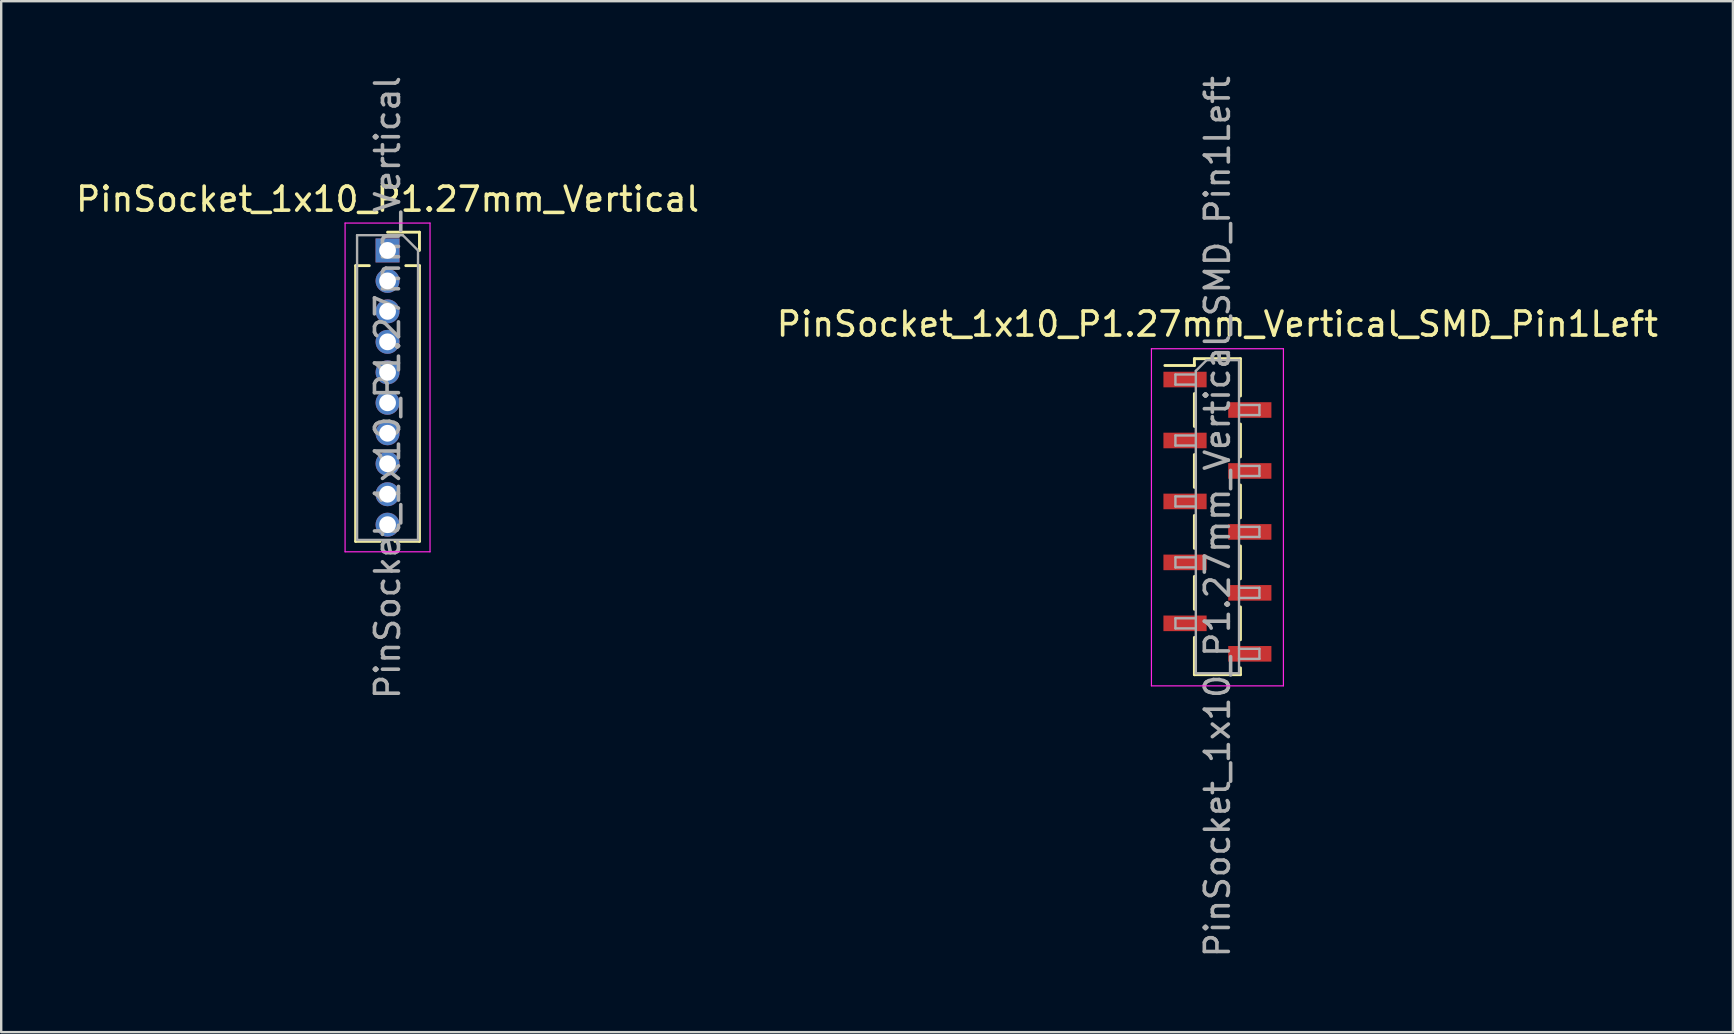
<source format=kicad_pcb>
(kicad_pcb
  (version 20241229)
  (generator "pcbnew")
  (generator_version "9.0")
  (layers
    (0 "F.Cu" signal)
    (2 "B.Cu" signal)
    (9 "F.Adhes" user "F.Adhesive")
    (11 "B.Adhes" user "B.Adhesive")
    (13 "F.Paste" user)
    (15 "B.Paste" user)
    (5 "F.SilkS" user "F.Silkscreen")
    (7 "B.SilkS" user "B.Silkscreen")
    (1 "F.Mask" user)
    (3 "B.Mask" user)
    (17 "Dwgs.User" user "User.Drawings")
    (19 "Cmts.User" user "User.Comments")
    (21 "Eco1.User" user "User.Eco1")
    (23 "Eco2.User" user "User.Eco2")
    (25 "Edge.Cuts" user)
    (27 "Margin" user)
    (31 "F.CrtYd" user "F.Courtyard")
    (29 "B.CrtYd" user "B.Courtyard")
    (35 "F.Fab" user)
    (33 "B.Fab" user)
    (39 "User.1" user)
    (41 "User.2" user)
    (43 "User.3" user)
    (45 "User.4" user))
  (footprint "PinSocket_1x10_P1.27mm_Vertical_SMD_Pin1Left"
    (layer "F.Cu")
    (at 47.685 18.482)
    (property "Reference" "PinSocket_1x10_P1.27mm_Vertical_SMD_Pin1Left" (at 0 -8.025 0) (layer "F.SilkS") (effects (font (size 1 1) (thickness 0.15))))
    (attr smd)
    (fp_line (start -2.19 -6.3) (end -0.96 -6.3) (stroke (width 0.12) (type solid)) (layer "F.SilkS"))
    (fp_line (start -0.96 -6.585) (end -0.96 -6.3) (stroke (width 0.12) (type solid)) (layer "F.SilkS"))
    (fp_line (start -0.96 -6.585) (end 0.96 -6.585) (stroke (width 0.12) (type solid)) (layer "F.SilkS"))
    (fp_line (start -0.96 -5.13) (end -0.96 -3.76) (stroke (width 0.12) (type solid)) (layer "F.SilkS"))
    (fp_line (start -0.96 -2.59) (end -0.96 -1.22) (stroke (width 0.12) (type solid)) (layer "F.SilkS"))
    (fp_line (start -0.96 -0.05) (end -0.96 1.32) (stroke (width 0.12) (type solid)) (layer "F.SilkS"))
    (fp_line (start -0.96 2.49) (end -0.96 3.86) (stroke (width 0.12) (type solid)) (layer "F.SilkS"))
    (fp_line (start -0.96 5.03) (end -0.96 6.585) (stroke (width 0.12) (type solid)) (layer "F.SilkS"))
    (fp_line (start -0.96 6.585) (end 0.96 6.585) (stroke (width 0.12) (type solid)) (layer "F.SilkS"))
    (fp_line (start 0.96 -6.585) (end 0.96 -5.03) (stroke (width 0.12) (type solid)) (layer "F.SilkS"))
    (fp_line (start 0.96 -3.86) (end 0.96 -2.49) (stroke (width 0.12) (type solid)) (layer "F.SilkS"))
    (fp_line (start 0.96 -1.32) (end 0.96 0.05) (stroke (width 0.12) (type solid)) (layer "F.SilkS"))
    (fp_line (start 0.96 1.22) (end 0.96 2.59) (stroke (width 0.12) (type solid)) (layer "F.SilkS"))
    (fp_line (start 0.96 3.76) (end 0.96 5.13) (stroke (width 0.12) (type solid)) (layer "F.SilkS"))
    (fp_line (start 0.96 6.3) (end 0.96 6.585) (stroke (width 0.12) (type solid)) (layer "F.SilkS"))
    (fp_line (start -2.75 -7) (end 2.75 -7) (stroke (width 0.05) (type solid)) (layer "F.CrtYd"))
    (fp_line (start -2.75 7.05) (end -2.75 -7) (stroke (width 0.05) (type solid)) (layer "F.CrtYd"))
    (fp_line (start 2.75 -7) (end 2.75 7.05) (stroke (width 0.05) (type solid)) (layer "F.CrtYd"))
    (fp_line (start 2.75 7.05) (end -2.75 7.05) (stroke (width 0.05) (type solid)) (layer "F.CrtYd"))
    (fp_line (start -1.75 -5.925) (end -0.9 -5.925) (stroke (width 0.1) (type solid)) (layer "F.Fab"))
    (fp_line (start -1.75 -5.505) (end -1.75 -5.925) (stroke (width 0.1) (type solid)) (layer "F.Fab"))
    (fp_line (start -1.75 -3.385) (end -0.9 -3.385) (stroke (width 0.1) (type solid)) (layer "F.Fab"))
    (fp_line (start -1.75 -2.965) (end -1.75 -3.385) (stroke (width 0.1) (type solid)) (layer "F.Fab"))
    (fp_line (start -1.75 -0.845) (end -0.9 -0.845) (stroke (width 0.1) (type solid)) (layer "F.Fab"))
    (fp_line (start -1.75 -0.425) (end -1.75 -0.845) (stroke (width 0.1) (type solid)) (layer "F.Fab"))
    (fp_line (start -1.75 1.695) (end -0.9 1.695) (stroke (width 0.1) (type solid)) (layer "F.Fab"))
    (fp_line (start -1.75 2.115) (end -1.75 1.695) (stroke (width 0.1) (type solid)) (layer "F.Fab"))
    (fp_line (start -1.75 4.235) (end -0.9 4.235) (stroke (width 0.1) (type solid)) (layer "F.Fab"))
    (fp_line (start -1.75 4.655) (end -1.75 4.235) (stroke (width 0.1) (type solid)) (layer "F.Fab"))
    (fp_line (start -0.9 -6.075) (end -0.45 -6.525) (stroke (width 0.1) (type solid)) (layer "F.Fab"))
    (fp_line (start -0.9 -5.505) (end -1.75 -5.505) (stroke (width 0.1) (type solid)) (layer "F.Fab"))
    (fp_line (start -0.9 -2.965) (end -1.75 -2.965) (stroke (width 0.1) (type solid)) (layer "F.Fab"))
    (fp_line (start -0.9 -0.425) (end -1.75 -0.425) (stroke (width 0.1) (type solid)) (layer "F.Fab"))
    (fp_line (start -0.9 2.115) (end -1.75 2.115) (stroke (width 0.1) (type solid)) (layer "F.Fab"))
    (fp_line (start -0.9 4.655) (end -1.75 4.655) (stroke (width 0.1) (type solid)) (layer "F.Fab"))
    (fp_line (start -0.9 6.525) (end -0.9 -6.075) (stroke (width 0.1) (type solid)) (layer "F.Fab"))
    (fp_line (start -0.45 -6.525) (end 0.9 -6.525) (stroke (width 0.1) (type solid)) (layer "F.Fab"))
    (fp_line (start 0.9 -6.525) (end 0.9 6.525) (stroke (width 0.1) (type solid)) (layer "F.Fab"))
    (fp_line (start 0.9 -4.655) (end 1.75 -4.655) (stroke (width 0.1) (type solid)) (layer "F.Fab"))
    (fp_line (start 0.9 -2.115) (end 1.75 -2.115) (stroke (width 0.1) (type solid)) (layer "F.Fab"))
    (fp_line (start 0.9 0.425) (end 1.75 0.425) (stroke (width 0.1) (type solid)) (layer "F.Fab"))
    (fp_line (start 0.9 2.965) (end 1.75 2.965) (stroke (width 0.1) (type solid)) (layer "F.Fab"))
    (fp_line (start 0.9 5.505) (end 1.75 5.505) (stroke (width 0.1) (type solid)) (layer "F.Fab"))
    (fp_line (start 0.9 6.525) (end -0.9 6.525) (stroke (width 0.1) (type solid)) (layer "F.Fab"))
    (fp_line (start 1.75 -4.655) (end 1.75 -4.235) (stroke (width 0.1) (type solid)) (layer "F.Fab"))
    (fp_line (start 1.75 -4.235) (end 0.9 -4.235) (stroke (width 0.1) (type solid)) (layer "F.Fab"))
    (fp_line (start 1.75 -2.115) (end 1.75 -1.695) (stroke (width 0.1) (type solid)) (layer "F.Fab"))
    (fp_line (start 1.75 -1.695) (end 0.9 -1.695) (stroke (width 0.1) (type solid)) (layer "F.Fab"))
    (fp_line (start 1.75 0.425) (end 1.75 0.845) (stroke (width 0.1) (type solid)) (layer "F.Fab"))
    (fp_line (start 1.75 0.845) (end 0.9 0.845) (stroke (width 0.1) (type solid)) (layer "F.Fab"))
    (fp_line (start 1.75 2.965) (end 1.75 3.385) (stroke (width 0.1) (type solid)) (layer "F.Fab"))
    (fp_line (start 1.75 3.385) (end 0.9 3.385) (stroke (width 0.1) (type solid)) (layer "F.Fab"))
    (fp_line (start 1.75 5.505) (end 1.75 5.925) (stroke (width 0.1) (type solid)) (layer "F.Fab"))
    (fp_line (start 1.75 5.925) (end 0.9 5.925) (stroke (width 0.1) (type solid)) (layer "F.Fab"))
    (fp_text user "${REFERENCE}" (at 0 0 90) (layer "F.Fab") (effects (font (size 1 1) (thickness 0.15))))
    (pad "1" smd rect (at -1.35 -5.715) (size 1.8 0.65) (layers "F.Cu" "F.Mask" "F.Paste"))
    (pad "2" smd rect (at 1.35 -4.445) (size 1.8 0.65) (layers "F.Cu" "F.Mask" "F.Paste"))
    (pad "3" smd rect (at -1.35 -3.175) (size 1.8 0.65) (layers "F.Cu" "F.Mask" "F.Paste"))
    (pad "4" smd rect (at 1.35 -1.905) (size 1.8 0.65) (layers "F.Cu" "F.Mask" "F.Paste"))
    (pad "5" smd rect (at -1.35 -0.635) (size 1.8 0.65) (layers "F.Cu" "F.Mask" "F.Paste"))
    (pad "6" smd rect (at 1.35 0.635) (size 1.8 0.65) (layers "F.Cu" "F.Mask" "F.Paste"))
    (pad "7" smd rect (at -1.35 1.905) (size 1.8 0.65) (layers "F.Cu" "F.Mask" "F.Paste"))
    (pad "8" smd rect (at 1.35 3.175) (size 1.8 0.65) (layers "F.Cu" "F.Mask" "F.Paste"))
    (pad "9" smd rect (at -1.35 4.445) (size 1.8 0.65) (layers "F.Cu" "F.Mask" "F.Paste"))
    (pad "10" smd rect (at 1.35 5.715) (size 1.8 0.65) (layers "F.Cu" "F.Mask" "F.Paste")))
  (footprint "PinSocket_1x10_P1.27mm_Vertical"
    (layer "F.Cu")
    (at 13.101 7.386)
    (property "Reference" "PinSocket_1x10_P1.27mm_Vertical" (at 0 -2.135 0) (layer "F.SilkS") (effects (font (size 1 1) (thickness 0.15))))
    (attr through_hole)
    (fp_line (start -1.33 0.635) (end -1.33 12.125) (stroke (width 0.12) (type solid)) (layer "F.SilkS"))
    (fp_line (start -1.33 0.635) (end -0.76 0.635) (stroke (width 0.12) (type solid)) (layer "F.SilkS"))
    (fp_line (start -1.33 12.125) (end -0.308 12.125) (stroke (width 0.12) (type solid)) (layer "F.SilkS"))
    (fp_line (start 0 -0.76) (end 1.33 -0.76) (stroke (width 0.12) (type solid)) (layer "F.SilkS"))
    (fp_line (start 0.308 12.125) (end 1.33 12.125) (stroke (width 0.12) (type solid)) (layer "F.SilkS"))
    (fp_line (start 0.76 0.635) (end 1.33 0.635) (stroke (width 0.12) (type solid)) (layer "F.SilkS"))
    (fp_line (start 1.33 -0.76) (end 1.33 0) (stroke (width 0.12) (type solid)) (layer "F.SilkS"))
    (fp_line (start 1.33 0.635) (end 1.33 12.125) (stroke (width 0.12) (type solid)) (layer "F.SilkS"))
    (fp_line (start -1.77 -1.14) (end 1.77 -1.14) (stroke (width 0.05) (type solid)) (layer "F.CrtYd"))
    (fp_line (start -1.77 12.56) (end -1.77 -1.14) (stroke (width 0.05) (type solid)) (layer "F.CrtYd"))
    (fp_line (start 1.77 -1.14) (end 1.77 12.56) (stroke (width 0.05) (type solid)) (layer "F.CrtYd"))
    (fp_line (start 1.77 12.56) (end -1.77 12.56) (stroke (width 0.05) (type solid)) (layer "F.CrtYd"))
    (fp_line (start -1.27 -0.635) (end 0.635 -0.635) (stroke (width 0.1) (type solid)) (layer "F.Fab"))
    (fp_line (start -1.27 12.065) (end -1.27 -0.635) (stroke (width 0.1) (type solid)) (layer "F.Fab"))
    (fp_line (start 0.635 -0.635) (end 1.27 0) (stroke (width 0.1) (type solid)) (layer "F.Fab"))
    (fp_line (start 1.27 0) (end 1.27 12.065) (stroke (width 0.1) (type solid)) (layer "F.Fab"))
    (fp_line (start 1.27 12.065) (end -1.27 12.065) (stroke (width 0.1) (type solid)) (layer "F.Fab"))
    (fp_text user "${REFERENCE}" (at 0 5.715 90) (layer "F.Fab") (effects (font (size 1 1) (thickness 0.15))))
    (pad "1" thru_hole rect (at 0 0) (size 1 1) (drill 0.7) (layers "*.Cu" "*.Mask"))
    (pad "2" thru_hole circle (at 0 1.27) (size 1 1) (drill 0.7) (layers "*.Cu" "*.Mask"))
    (pad "3" thru_hole circle (at 0 2.54) (size 1 1) (drill 0.7) (layers "*.Cu" "*.Mask"))
    (pad "4" thru_hole circle (at 0 3.81) (size 1 1) (drill 0.7) (layers "*.Cu" "*.Mask"))
    (pad "5" thru_hole circle (at 0 5.08) (size 1 1) (drill 0.7) (layers "*.Cu" "*.Mask"))
    (pad "6" thru_hole circle (at 0 6.35) (size 1 1) (drill 0.7) (layers "*.Cu" "*.Mask"))
    (pad "7" thru_hole circle (at 0 7.62) (size 1 1) (drill 0.7) (layers "*.Cu" "*.Mask"))
    (pad "8" thru_hole circle (at 0 8.89) (size 1 1) (drill 0.7) (layers "*.Cu" "*.Mask"))
    (pad "9" thru_hole circle (at 0 10.16) (size 1 1) (drill 0.7) (layers "*.Cu" "*.Mask"))
    (pad "10" thru_hole circle (at 0 11.43) (size 1 1) (drill 0.7) (layers "*.Cu" "*.Mask")))
  (gr_rect
    (start -3 -3)
    (end 69.167 39.964)
    (stroke (width 0.1) (type default))
    (fill no)
    (layer "Edge.Cuts")))
</source>
